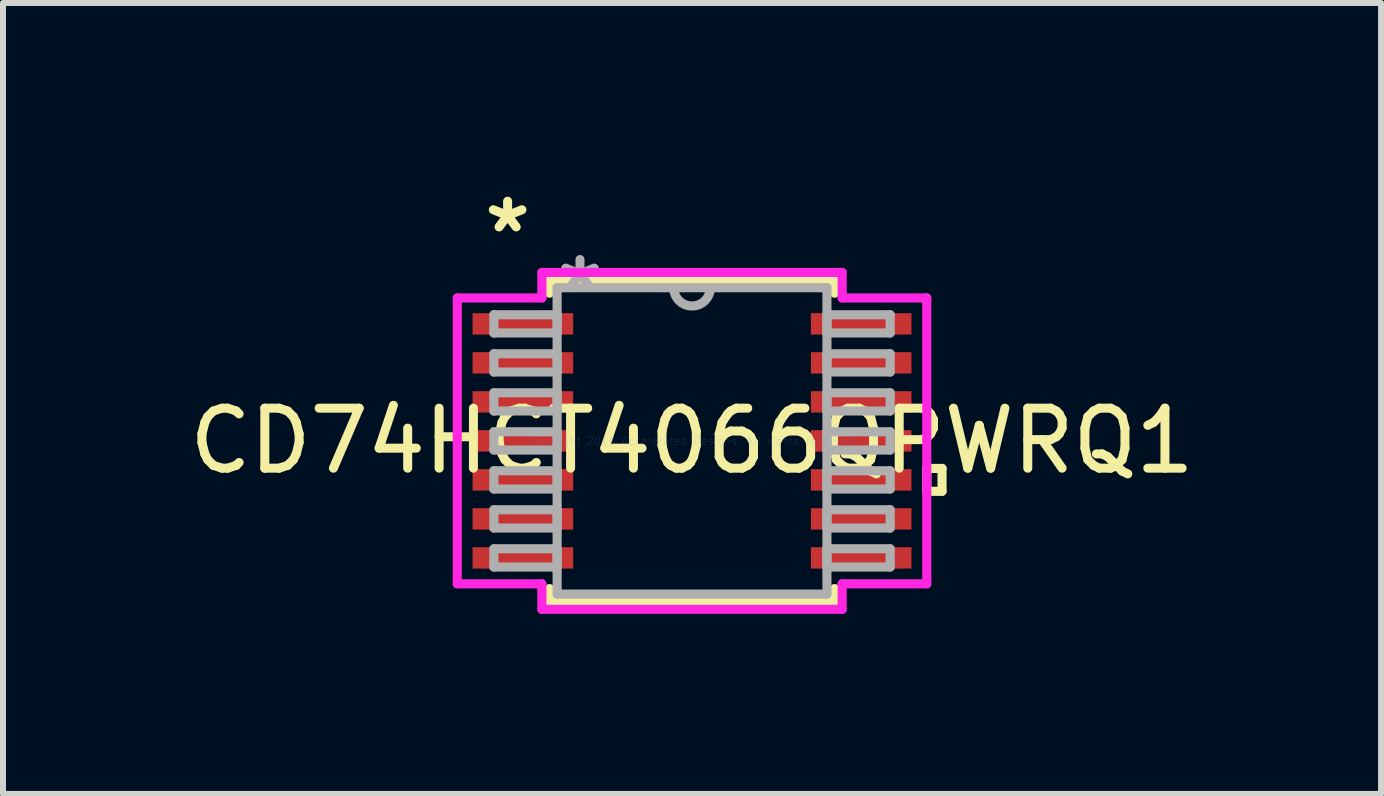
<source format=kicad_pcb>
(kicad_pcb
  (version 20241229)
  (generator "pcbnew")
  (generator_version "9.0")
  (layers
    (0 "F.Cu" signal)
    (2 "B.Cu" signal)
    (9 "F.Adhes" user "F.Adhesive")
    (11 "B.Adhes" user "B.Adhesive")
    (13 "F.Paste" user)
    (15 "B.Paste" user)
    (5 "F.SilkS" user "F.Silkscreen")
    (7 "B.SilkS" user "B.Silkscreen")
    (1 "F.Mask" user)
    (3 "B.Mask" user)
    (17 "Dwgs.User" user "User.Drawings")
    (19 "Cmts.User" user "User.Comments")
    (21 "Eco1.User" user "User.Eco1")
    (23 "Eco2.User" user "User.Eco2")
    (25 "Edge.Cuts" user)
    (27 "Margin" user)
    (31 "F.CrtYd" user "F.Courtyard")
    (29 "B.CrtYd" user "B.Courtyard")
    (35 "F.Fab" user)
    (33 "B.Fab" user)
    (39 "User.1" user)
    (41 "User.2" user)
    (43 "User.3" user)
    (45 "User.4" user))
  (footprint "CD74HCT4066QPWRQ1"
    (layer "F.Cu")
    (at 8.482 4.297)
    (property "Reference" "CD74HCT4066QPWRQ1" (at 0 0 0) (layer "F.SilkS") (effects (font (size 1 1) (thickness 0.15))))
    (attr through_hole)
    (fp_line (start -2.375 -2.68) (end -2.375 -2.461) (stroke (width 0.152) (type solid)) (layer "F.SilkS"))
    (fp_line (start -2.375 2.461) (end -2.375 2.68) (stroke (width 0.152) (type solid)) (layer "F.SilkS"))
    (fp_line (start -2.375 2.68) (end 2.375 2.68) (stroke (width 0.152) (type solid)) (layer "F.SilkS"))
    (fp_line (start 2.375 -2.68) (end -2.375 -2.68) (stroke (width 0.152) (type solid)) (layer "F.SilkS"))
    (fp_line (start 2.375 -2.461) (end 2.375 -2.68) (stroke (width 0.152) (type solid)) (layer "F.SilkS"))
    (fp_line (start 2.375 2.68) (end 2.375 2.461) (stroke (width 0.152) (type solid)) (layer "F.SilkS"))
    (fp_line (start 3.912 0.459) (end 4.166 0.459) (stroke (width 0.152) (type solid)) (layer "F.SilkS"))
    (fp_line (start 3.912 0.84) (end 3.912 0.459) (stroke (width 0.152) (type solid)) (layer "F.SilkS"))
    (fp_line (start 4.166 0.459) (end 4.166 0.84) (stroke (width 0.152) (type solid)) (layer "F.SilkS"))
    (fp_line (start 4.166 0.84) (end 3.912 0.84) (stroke (width 0.152) (type solid)) (layer "F.SilkS"))
    (fp_line (start -3.912 -2.382) (end -2.502 -2.382) (stroke (width 0.152) (type solid)) (layer "F.CrtYd"))
    (fp_line (start -3.912 2.382) (end -3.912 -2.382) (stroke (width 0.152) (type solid)) (layer "F.CrtYd"))
    (fp_line (start -2.502 -2.807) (end 2.502 -2.807) (stroke (width 0.152) (type solid)) (layer "F.CrtYd"))
    (fp_line (start -2.502 -2.382) (end -2.502 -2.807) (stroke (width 0.152) (type solid)) (layer "F.CrtYd"))
    (fp_line (start -2.502 2.382) (end -3.912 2.382) (stroke (width 0.152) (type solid)) (layer "F.CrtYd"))
    (fp_line (start -2.502 2.807) (end -2.502 2.382) (stroke (width 0.152) (type solid)) (layer "F.CrtYd"))
    (fp_line (start 2.502 -2.807) (end 2.502 -2.382) (stroke (width 0.152) (type solid)) (layer "F.CrtYd"))
    (fp_line (start 2.502 -2.382) (end 3.912 -2.382) (stroke (width 0.152) (type solid)) (layer "F.CrtYd"))
    (fp_line (start 2.502 2.382) (end 2.502 2.807) (stroke (width 0.152) (type solid)) (layer "F.CrtYd"))
    (fp_line (start 2.502 2.807) (end -2.502 2.807) (stroke (width 0.152) (type solid)) (layer "F.CrtYd"))
    (fp_line (start 3.912 -2.382) (end 3.912 2.382) (stroke (width 0.152) (type solid)) (layer "F.CrtYd"))
    (fp_line (start 3.912 2.382) (end 2.502 2.382) (stroke (width 0.152) (type solid)) (layer "F.CrtYd"))
    (fp_line (start -3.302 -2.102) (end -3.302 -1.798) (stroke (width 0.152) (type solid)) (layer "F.Fab"))
    (fp_line (start -3.302 -1.798) (end -2.248 -1.798) (stroke (width 0.152) (type solid)) (layer "F.Fab"))
    (fp_line (start -3.302 -1.452) (end -3.302 -1.148) (stroke (width 0.152) (type solid)) (layer "F.Fab"))
    (fp_line (start -3.302 -1.148) (end -2.248 -1.148) (stroke (width 0.152) (type solid)) (layer "F.Fab"))
    (fp_line (start -3.302 -0.802) (end -3.302 -0.498) (stroke (width 0.152) (type solid)) (layer "F.Fab"))
    (fp_line (start -3.302 -0.498) (end -2.248 -0.498) (stroke (width 0.152) (type solid)) (layer "F.Fab"))
    (fp_line (start -3.302 -0.152) (end -3.302 0.152) (stroke (width 0.152) (type solid)) (layer "F.Fab"))
    (fp_line (start -3.302 0.152) (end -2.248 0.152) (stroke (width 0.152) (type solid)) (layer "F.Fab"))
    (fp_line (start -3.302 0.498) (end -3.302 0.802) (stroke (width 0.152) (type solid)) (layer "F.Fab"))
    (fp_line (start -3.302 0.802) (end -2.248 0.802) (stroke (width 0.152) (type solid)) (layer "F.Fab"))
    (fp_line (start -3.302 1.148) (end -3.302 1.452) (stroke (width 0.152) (type solid)) (layer "F.Fab"))
    (fp_line (start -3.302 1.452) (end -2.248 1.452) (stroke (width 0.152) (type solid)) (layer "F.Fab"))
    (fp_line (start -3.302 1.798) (end -3.302 2.102) (stroke (width 0.152) (type solid)) (layer "F.Fab"))
    (fp_line (start -3.302 2.102) (end -2.248 2.102) (stroke (width 0.152) (type solid)) (layer "F.Fab"))
    (fp_line (start -2.248 -2.553) (end -2.248 2.553) (stroke (width 0.152) (type solid)) (layer "F.Fab"))
    (fp_line (start -2.248 -2.102) (end -3.302 -2.102) (stroke (width 0.152) (type solid)) (layer "F.Fab"))
    (fp_line (start -2.248 -1.798) (end -2.248 -2.102) (stroke (width 0.152) (type solid)) (layer "F.Fab"))
    (fp_line (start -2.248 -1.452) (end -3.302 -1.452) (stroke (width 0.152) (type solid)) (layer "F.Fab"))
    (fp_line (start -2.248 -1.148) (end -2.248 -1.452) (stroke (width 0.152) (type solid)) (layer "F.Fab"))
    (fp_line (start -2.248 -0.802) (end -3.302 -0.802) (stroke (width 0.152) (type solid)) (layer "F.Fab"))
    (fp_line (start -2.248 -0.498) (end -2.248 -0.802) (stroke (width 0.152) (type solid)) (layer "F.Fab"))
    (fp_line (start -2.248 -0.152) (end -3.302 -0.152) (stroke (width 0.152) (type solid)) (layer "F.Fab"))
    (fp_line (start -2.248 0.152) (end -2.248 -0.152) (stroke (width 0.152) (type solid)) (layer "F.Fab"))
    (fp_line (start -2.248 0.498) (end -3.302 0.498) (stroke (width 0.152) (type solid)) (layer "F.Fab"))
    (fp_line (start -2.248 0.802) (end -2.248 0.498) (stroke (width 0.152) (type solid)) (layer "F.Fab"))
    (fp_line (start -2.248 1.148) (end -3.302 1.148) (stroke (width 0.152) (type solid)) (layer "F.Fab"))
    (fp_line (start -2.248 1.452) (end -2.248 1.148) (stroke (width 0.152) (type solid)) (layer "F.Fab"))
    (fp_line (start -2.248 1.798) (end -3.302 1.798) (stroke (width 0.152) (type solid)) (layer "F.Fab"))
    (fp_line (start -2.248 2.102) (end -2.248 1.798) (stroke (width 0.152) (type solid)) (layer "F.Fab"))
    (fp_line (start -2.248 2.553) (end 2.248 2.553) (stroke (width 0.152) (type solid)) (layer "F.Fab"))
    (fp_line (start 2.248 -2.553) (end -2.248 -2.553) (stroke (width 0.152) (type solid)) (layer "F.Fab"))
    (fp_line (start 2.248 -2.102) (end 2.248 -1.798) (stroke (width 0.152) (type solid)) (layer "F.Fab"))
    (fp_line (start 2.248 -1.798) (end 3.302 -1.798) (stroke (width 0.152) (type solid)) (layer "F.Fab"))
    (fp_line (start 2.248 -1.452) (end 2.248 -1.148) (stroke (width 0.152) (type solid)) (layer "F.Fab"))
    (fp_line (start 2.248 -1.148) (end 3.302 -1.148) (stroke (width 0.152) (type solid)) (layer "F.Fab"))
    (fp_line (start 2.248 -0.802) (end 2.248 -0.498) (stroke (width 0.152) (type solid)) (layer "F.Fab"))
    (fp_line (start 2.248 -0.498) (end 3.302 -0.498) (stroke (width 0.152) (type solid)) (layer "F.Fab"))
    (fp_line (start 2.248 -0.152) (end 2.248 0.152) (stroke (width 0.152) (type solid)) (layer "F.Fab"))
    (fp_line (start 2.248 0.152) (end 3.302 0.152) (stroke (width 0.152) (type solid)) (layer "F.Fab"))
    (fp_line (start 2.248 0.498) (end 2.248 0.802) (stroke (width 0.152) (type solid)) (layer "F.Fab"))
    (fp_line (start 2.248 0.802) (end 3.302 0.802) (stroke (width 0.152) (type solid)) (layer "F.Fab"))
    (fp_line (start 2.248 1.148) (end 2.248 1.452) (stroke (width 0.152) (type solid)) (layer "F.Fab"))
    (fp_line (start 2.248 1.452) (end 3.302 1.452) (stroke (width 0.152) (type solid)) (layer "F.Fab"))
    (fp_line (start 2.248 1.798) (end 2.248 2.102) (stroke (width 0.152) (type solid)) (layer "F.Fab"))
    (fp_line (start 2.248 2.102) (end 3.302 2.102) (stroke (width 0.152) (type solid)) (layer "F.Fab"))
    (fp_line (start 2.248 2.553) (end 2.248 -2.553) (stroke (width 0.152) (type solid)) (layer "F.Fab"))
    (fp_line (start 3.302 -2.102) (end 2.248 -2.102) (stroke (width 0.152) (type solid)) (layer "F.Fab"))
    (fp_line (start 3.302 -1.798) (end 3.302 -2.102) (stroke (width 0.152) (type solid)) (layer "F.Fab"))
    (fp_line (start 3.302 -1.452) (end 2.248 -1.452) (stroke (width 0.152) (type solid)) (layer "F.Fab"))
    (fp_line (start 3.302 -1.148) (end 3.302 -1.452) (stroke (width 0.152) (type solid)) (layer "F.Fab"))
    (fp_line (start 3.302 -0.802) (end 2.248 -0.802) (stroke (width 0.152) (type solid)) (layer "F.Fab"))
    (fp_line (start 3.302 -0.498) (end 3.302 -0.802) (stroke (width 0.152) (type solid)) (layer "F.Fab"))
    (fp_line (start 3.302 -0.152) (end 2.248 -0.152) (stroke (width 0.152) (type solid)) (layer "F.Fab"))
    (fp_line (start 3.302 0.152) (end 3.302 -0.152) (stroke (width 0.152) (type solid)) (layer "F.Fab"))
    (fp_line (start 3.302 0.498) (end 2.248 0.498) (stroke (width 0.152) (type solid)) (layer "F.Fab"))
    (fp_line (start 3.302 0.802) (end 3.302 0.498) (stroke (width 0.152) (type solid)) (layer "F.Fab"))
    (fp_line (start 3.302 1.148) (end 2.248 1.148) (stroke (width 0.152) (type solid)) (layer "F.Fab"))
    (fp_line (start 3.302 1.452) (end 3.302 1.148) (stroke (width 0.152) (type solid)) (layer "F.Fab"))
    (fp_line (start 3.302 1.798) (end 2.248 1.798) (stroke (width 0.152) (type solid)) (layer "F.Fab"))
    (fp_line (start 3.302 2.102) (end 3.302 1.798) (stroke (width 0.152) (type solid)) (layer "F.Fab"))
    (fp_arc (start 0.3048 -2.5527) (mid 0 -2.2479) (end -0.3048 -2.5527) (stroke (width 0.1524) (type solid)) (layer "F.Fab"))
    (fp_text user "*" (at -3.073 -3.449 0) (layer "F.SilkS") (effects (font (size 1 1) (thickness 0.15))))
    (fp_text user "Copyright 2016 Accelerated Designs. All rights reserved." (at 0 0 0) (layer "Cmts.User") (effects (font (size 0.127 0.127) (thickness 0.002))))
    (fp_text user "*" (at -1.867 -2.477 0) (layer "F.Fab") (effects (font (size 1 1) (thickness 0.15))))
    (pad "1" smd rect (at -2.819 -1.95) (size 1.676 0.356) (layers "F.Cu" "F.Mask" "F.Paste"))
    (pad "2" smd rect (at -2.819 -1.3) (size 1.676 0.356) (layers "F.Cu" "F.Mask" "F.Paste"))
    (pad "3" smd rect (at -2.819 -0.65) (size 1.676 0.356) (layers "F.Cu" "F.Mask" "F.Paste"))
    (pad "4" smd rect (at -2.819 0) (size 1.676 0.356) (layers "F.Cu" "F.Mask" "F.Paste"))
    (pad "5" smd rect (at -2.819 0.65) (size 1.676 0.356) (layers "F.Cu" "F.Mask" "F.Paste"))
    (pad "6" smd rect (at -2.819 1.3) (size 1.676 0.356) (layers "F.Cu" "F.Mask" "F.Paste"))
    (pad "7" smd rect (at -2.819 1.95) (size 1.676 0.356) (layers "F.Cu" "F.Mask" "F.Paste"))
    (pad "8" smd rect (at 2.819 1.95) (size 1.676 0.356) (layers "F.Cu" "F.Mask" "F.Paste"))
    (pad "9" smd rect (at 2.819 1.3) (size 1.676 0.356) (layers "F.Cu" "F.Mask" "F.Paste"))
    (pad "10" smd rect (at 2.819 0.65) (size 1.676 0.356) (layers "F.Cu" "F.Mask" "F.Paste"))
    (pad "11" smd rect (at 2.819 0) (size 1.676 0.356) (layers "F.Cu" "F.Mask" "F.Paste"))
    (pad "12" smd rect (at 2.819 -0.65) (size 1.676 0.356) (layers "F.Cu" "F.Mask" "F.Paste"))
    (pad "13" smd rect (at 2.819 -1.3) (size 1.676 0.356) (layers "F.Cu" "F.Mask" "F.Paste"))
    (pad "14" smd rect (at 2.819 -1.95) (size 1.676 0.356) (layers "F.Cu" "F.Mask" "F.Paste")))
  (gr_rect
    (start -3 -3)
    (end 19.964 10.18)
    (stroke (width 0.1) (type default))
    (fill no)
    (layer "Edge.Cuts")))
</source>
